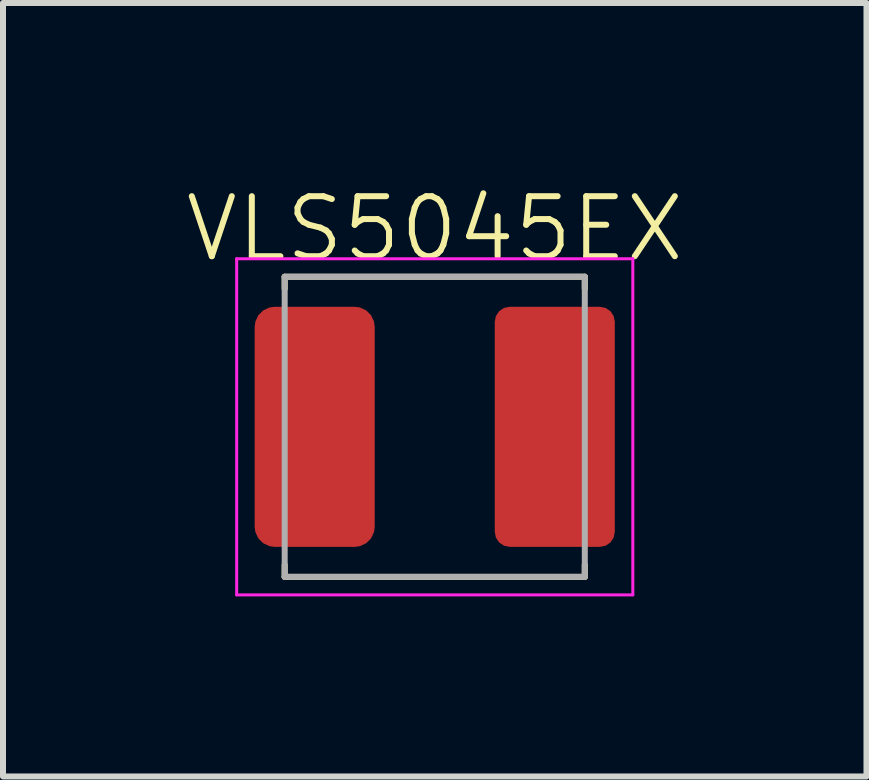
<source format=kicad_pcb>
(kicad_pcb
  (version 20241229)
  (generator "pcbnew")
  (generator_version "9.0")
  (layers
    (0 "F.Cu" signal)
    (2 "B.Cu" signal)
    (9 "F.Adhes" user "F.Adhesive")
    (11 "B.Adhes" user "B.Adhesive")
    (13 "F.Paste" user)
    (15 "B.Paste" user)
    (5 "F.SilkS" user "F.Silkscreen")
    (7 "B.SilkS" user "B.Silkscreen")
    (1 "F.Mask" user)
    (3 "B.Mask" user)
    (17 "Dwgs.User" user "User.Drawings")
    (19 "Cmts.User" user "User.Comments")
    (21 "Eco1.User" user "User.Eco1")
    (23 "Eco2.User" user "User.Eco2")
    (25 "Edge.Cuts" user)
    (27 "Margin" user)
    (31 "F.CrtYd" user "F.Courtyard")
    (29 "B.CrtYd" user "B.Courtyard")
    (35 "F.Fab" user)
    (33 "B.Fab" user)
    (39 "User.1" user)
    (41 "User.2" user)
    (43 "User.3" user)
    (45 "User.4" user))
  (footprint "VLS5045EX"
    (layer "F.Cu")
    (at 4.193 4.061)
    (property "Reference" "VLS5045EX" (at 0 -3.3 0) (unlocked yes) (layer "F.SilkS") (effects (font (size 1 1) (thickness 0.1))))
    (attr smd)
    (fp_line (start -2.5 -2.5) (end 2.5 -2.5) (stroke (width 0.1) (type solid)) (layer "F.SilkS"))
    (fp_line (start -2.5 -2.3) (end -2.5 -2.5) (stroke (width 0.1) (type solid)) (layer "F.SilkS"))
    (fp_line (start -2.5 2.3) (end -2.5 2.5) (stroke (width 0.1) (type solid)) (layer "F.SilkS"))
    (fp_line (start -2.5 2.5) (end 2.5 2.5) (stroke (width 0.1) (type solid)) (layer "F.SilkS"))
    (fp_line (start 2.5 -2.5) (end 2.5 -2.3) (stroke (width 0.1) (type solid)) (layer "F.SilkS"))
    (fp_line (start 2.5 2.5) (end 2.5 2.3) (stroke (width 0.1) (type solid)) (layer "F.SilkS"))
    (fp_line (start -3.3 -2.8) (end 3.3 -2.8) (stroke (width 0.05) (type solid)) (layer "F.CrtYd"))
    (fp_line (start -3.3 2.8) (end -3.3 -2.8) (stroke (width 0.05) (type solid)) (layer "F.CrtYd"))
    (fp_line (start 3.3 -2.8) (end 3.3 2.8) (stroke (width 0.05) (type solid)) (layer "F.CrtYd"))
    (fp_line (start 3.3 2.8) (end -3.3 2.8) (stroke (width 0.05) (type solid)) (layer "F.CrtYd"))
    (fp_line (start -2.5 -2.5) (end 2.5 -2.5) (stroke (width 0.1) (type solid)) (layer "F.Fab"))
    (fp_line (start -2.5 2.5) (end -2.5 -2.5) (stroke (width 0.1) (type solid)) (layer "F.Fab"))
    (fp_line (start 2.5 -2.5) (end 2.5 2.5) (stroke (width 0.1) (type solid)) (layer "F.Fab"))
    (fp_line (start 2.5 2.5) (end -2.5 2.5) (stroke (width 0.1) (type solid)) (layer "F.Fab"))
    (pad "1" smd roundrect (at -2 0) (size 2 4) (layers "F.Cu" "F.Mask" "F.Paste") (roundrect_rratio 0.167))
    (pad "2" smd roundrect (at 2 0) (size 2 4) (layers "F.Cu" "F.Mask" "F.Paste") (roundrect_rratio 0.125)))
  (gr_rect
    (start -3 -3)
    (end 11.386 9.886)
    (stroke (width 0.1) (type default))
    (fill no)
    (layer "Edge.Cuts")))
</source>
